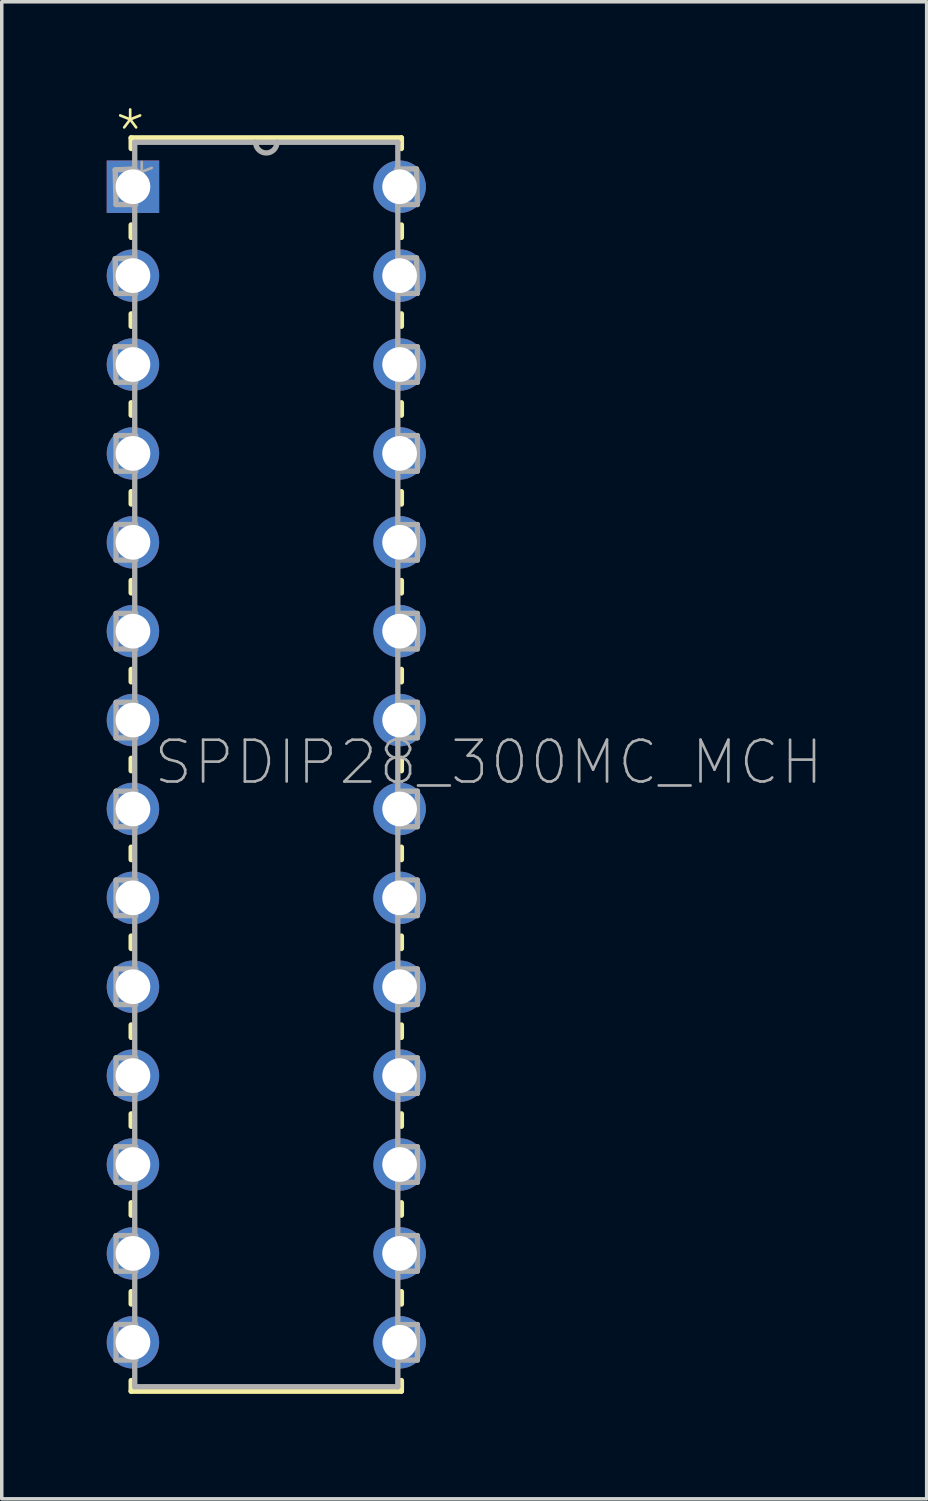
<source format=kicad_pcb>
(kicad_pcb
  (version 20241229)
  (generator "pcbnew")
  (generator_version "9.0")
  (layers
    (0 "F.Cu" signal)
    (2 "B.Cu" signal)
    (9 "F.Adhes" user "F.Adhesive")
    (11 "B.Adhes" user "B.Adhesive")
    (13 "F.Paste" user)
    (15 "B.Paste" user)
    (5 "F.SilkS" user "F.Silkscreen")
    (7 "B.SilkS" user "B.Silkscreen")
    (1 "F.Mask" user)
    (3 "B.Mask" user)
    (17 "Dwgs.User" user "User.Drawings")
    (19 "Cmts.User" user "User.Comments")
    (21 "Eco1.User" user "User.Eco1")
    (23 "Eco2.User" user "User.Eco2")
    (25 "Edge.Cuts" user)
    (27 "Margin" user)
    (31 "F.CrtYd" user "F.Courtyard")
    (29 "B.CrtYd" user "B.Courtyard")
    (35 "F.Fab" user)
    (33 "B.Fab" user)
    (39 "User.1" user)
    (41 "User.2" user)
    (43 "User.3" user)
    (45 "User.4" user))
  (footprint "SPDIP28_300MC_MCH"
    (layer "F.Cu")
    (at 0.749 2.286)
    (property "Reference" "SPDIP28_300MC_MCH" (at 0.533 17.145 0) (layer "F.Fab") (effects (font (size 1.194 1.194) (thickness 0.076)) (justify left bottom)))
    (fp_line (start -0.051 -1.397) (end -0.051 -1.092) (stroke (width 0.152) (type solid)) (layer "F.SilkS"))
    (fp_line (start -0.051 1.092) (end -0.051 1.448) (stroke (width 0.152) (type solid)) (layer "F.SilkS"))
    (fp_line (start -0.051 3.632) (end -0.051 3.988) (stroke (width 0.152) (type solid)) (layer "F.SilkS"))
    (fp_line (start -0.051 6.172) (end -0.051 6.528) (stroke (width 0.152) (type solid)) (layer "F.SilkS"))
    (fp_line (start -0.051 8.712) (end -0.051 9.068) (stroke (width 0.152) (type solid)) (layer "F.SilkS"))
    (fp_line (start -0.051 11.252) (end -0.051 11.608) (stroke (width 0.152) (type solid)) (layer "F.SilkS"))
    (fp_line (start -0.051 13.792) (end -0.051 14.148) (stroke (width 0.152) (type solid)) (layer "F.SilkS"))
    (fp_line (start -0.051 16.332) (end -0.051 16.688) (stroke (width 0.152) (type solid)) (layer "F.SilkS"))
    (fp_line (start -0.051 18.872) (end -0.051 19.228) (stroke (width 0.152) (type solid)) (layer "F.SilkS"))
    (fp_line (start -0.051 21.412) (end -0.051 21.768) (stroke (width 0.152) (type solid)) (layer "F.SilkS"))
    (fp_line (start -0.051 23.952) (end -0.051 24.308) (stroke (width 0.152) (type solid)) (layer "F.SilkS"))
    (fp_line (start -0.051 26.492) (end -0.051 26.848) (stroke (width 0.152) (type solid)) (layer "F.SilkS"))
    (fp_line (start -0.051 29.032) (end -0.051 29.388) (stroke (width 0.152) (type solid)) (layer "F.SilkS"))
    (fp_line (start -0.051 31.572) (end -0.051 31.928) (stroke (width 0.152) (type solid)) (layer "F.SilkS"))
    (fp_line (start -0.051 34.112) (end -0.051 34.417) (stroke (width 0.152) (type solid)) (layer "F.SilkS"))
    (fp_line (start -0.051 34.417) (end 7.671 34.417) (stroke (width 0.152) (type solid)) (layer "F.SilkS"))
    (fp_line (start 7.671 -1.397) (end -0.051 -1.397) (stroke (width 0.152) (type solid)) (layer "F.SilkS"))
    (fp_line (start 7.671 -1.092) (end 7.671 -1.397) (stroke (width 0.152) (type solid)) (layer "F.SilkS"))
    (fp_line (start 7.671 1.448) (end 7.671 1.092) (stroke (width 0.152) (type solid)) (layer "F.SilkS"))
    (fp_line (start 7.671 3.988) (end 7.671 3.632) (stroke (width 0.152) (type solid)) (layer "F.SilkS"))
    (fp_line (start 7.671 6.528) (end 7.671 6.172) (stroke (width 0.152) (type solid)) (layer "F.SilkS"))
    (fp_line (start 7.671 9.068) (end 7.671 8.712) (stroke (width 0.152) (type solid)) (layer "F.SilkS"))
    (fp_line (start 7.671 11.608) (end 7.671 11.252) (stroke (width 0.152) (type solid)) (layer "F.SilkS"))
    (fp_line (start 7.671 14.148) (end 7.671 13.792) (stroke (width 0.152) (type solid)) (layer "F.SilkS"))
    (fp_line (start 7.671 16.688) (end 7.671 16.332) (stroke (width 0.152) (type solid)) (layer "F.SilkS"))
    (fp_line (start 7.671 19.228) (end 7.671 18.872) (stroke (width 0.152) (type solid)) (layer "F.SilkS"))
    (fp_line (start 7.671 21.768) (end 7.671 21.412) (stroke (width 0.152) (type solid)) (layer "F.SilkS"))
    (fp_line (start 7.671 24.308) (end 7.671 23.952) (stroke (width 0.152) (type solid)) (layer "F.SilkS"))
    (fp_line (start 7.671 26.848) (end 7.671 26.492) (stroke (width 0.152) (type solid)) (layer "F.SilkS"))
    (fp_line (start 7.671 29.388) (end 7.671 29.032) (stroke (width 0.152) (type solid)) (layer "F.SilkS"))
    (fp_line (start 7.671 31.928) (end 7.671 31.572) (stroke (width 0.152) (type solid)) (layer "F.SilkS"))
    (fp_line (start 7.671 34.417) (end 7.671 34.112) (stroke (width 0.152) (type solid)) (layer "F.SilkS"))
    (fp_line (start -0.508 -0.483) (end -0.483 0.508) (stroke (width 0.152) (type solid)) (layer "F.Fab"))
    (fp_line (start -0.508 2.057) (end -0.483 3.048) (stroke (width 0.152) (type solid)) (layer "F.Fab"))
    (fp_line (start -0.508 4.572) (end -0.483 5.588) (stroke (width 0.152) (type solid)) (layer "F.Fab"))
    (fp_line (start -0.483 0.508) (end 0.076 0.508) (stroke (width 0.152) (type solid)) (layer "F.Fab"))
    (fp_line (start -0.483 3.048) (end 0.076 3.048) (stroke (width 0.152) (type solid)) (layer "F.Fab"))
    (fp_line (start -0.483 5.588) (end 0.076 5.588) (stroke (width 0.152) (type solid)) (layer "F.Fab"))
    (fp_line (start -0.483 7.112) (end -0.483 8.128) (stroke (width 0.152) (type solid)) (layer "F.Fab"))
    (fp_line (start -0.483 8.128) (end 0.076 8.128) (stroke (width 0.152) (type solid)) (layer "F.Fab"))
    (fp_line (start -0.483 9.652) (end -0.483 10.668) (stroke (width 0.152) (type solid)) (layer "F.Fab"))
    (fp_line (start -0.483 10.668) (end 0.076 10.668) (stroke (width 0.152) (type solid)) (layer "F.Fab"))
    (fp_line (start -0.483 12.192) (end -0.483 13.208) (stroke (width 0.152) (type solid)) (layer "F.Fab"))
    (fp_line (start -0.483 13.208) (end 0.076 13.208) (stroke (width 0.152) (type solid)) (layer "F.Fab"))
    (fp_line (start -0.483 14.732) (end -0.483 15.748) (stroke (width 0.152) (type solid)) (layer "F.Fab"))
    (fp_line (start -0.483 15.748) (end 0.076 15.748) (stroke (width 0.152) (type solid)) (layer "F.Fab"))
    (fp_line (start -0.483 17.272) (end -0.483 18.288) (stroke (width 0.152) (type solid)) (layer "F.Fab"))
    (fp_line (start -0.483 18.288) (end 0.076 18.288) (stroke (width 0.152) (type solid)) (layer "F.Fab"))
    (fp_line (start -0.483 19.812) (end -0.483 20.828) (stroke (width 0.152) (type solid)) (layer "F.Fab"))
    (fp_line (start -0.483 20.828) (end 0.076 20.828) (stroke (width 0.152) (type solid)) (layer "F.Fab"))
    (fp_line (start -0.483 22.352) (end -0.483 23.368) (stroke (width 0.152) (type solid)) (layer "F.Fab"))
    (fp_line (start -0.483 23.368) (end 0.076 23.368) (stroke (width 0.152) (type solid)) (layer "F.Fab"))
    (fp_line (start -0.483 24.892) (end -0.483 25.908) (stroke (width 0.152) (type solid)) (layer "F.Fab"))
    (fp_line (start -0.483 25.908) (end 0.076 25.908) (stroke (width 0.152) (type solid)) (layer "F.Fab"))
    (fp_line (start -0.483 27.432) (end -0.483 28.448) (stroke (width 0.152) (type solid)) (layer "F.Fab"))
    (fp_line (start -0.483 28.448) (end 0.076 28.448) (stroke (width 0.152) (type solid)) (layer "F.Fab"))
    (fp_line (start -0.483 29.972) (end -0.483 30.988) (stroke (width 0.152) (type solid)) (layer "F.Fab"))
    (fp_line (start -0.483 30.988) (end 0.076 30.988) (stroke (width 0.152) (type solid)) (layer "F.Fab"))
    (fp_line (start -0.483 32.512) (end -0.483 33.528) (stroke (width 0.152) (type solid)) (layer "F.Fab"))
    (fp_line (start -0.483 33.528) (end 0.076 33.528) (stroke (width 0.152) (type solid)) (layer "F.Fab"))
    (fp_line (start 0.051 -1.27) (end 0.051 34.29) (stroke (width 0.152) (type solid)) (layer "F.Fab"))
    (fp_line (start 0.051 -0.508) (end -0.508 -0.483) (stroke (width 0.152) (type solid)) (layer "F.Fab"))
    (fp_line (start 0.051 2.032) (end -0.508 2.057) (stroke (width 0.152) (type solid)) (layer "F.Fab"))
    (fp_line (start 0.051 4.572) (end -0.508 4.572) (stroke (width 0.152) (type solid)) (layer "F.Fab"))
    (fp_line (start 0.051 34.29) (end 7.569 34.29) (stroke (width 0.152) (type solid)) (layer "F.Fab"))
    (fp_line (start 0.076 0.508) (end 0.051 -0.508) (stroke (width 0.152) (type solid)) (layer "F.Fab"))
    (fp_line (start 0.076 3.048) (end 0.051 2.032) (stroke (width 0.152) (type solid)) (layer "F.Fab"))
    (fp_line (start 0.076 5.588) (end 0.051 4.572) (stroke (width 0.152) (type solid)) (layer "F.Fab"))
    (fp_line (start 0.076 7.112) (end -0.483 7.112) (stroke (width 0.152) (type solid)) (layer "F.Fab"))
    (fp_line (start 0.076 8.128) (end 0.076 7.112) (stroke (width 0.152) (type solid)) (layer "F.Fab"))
    (fp_line (start 0.076 9.652) (end -0.483 9.652) (stroke (width 0.152) (type solid)) (layer "F.Fab"))
    (fp_line (start 0.076 10.668) (end 0.076 9.652) (stroke (width 0.152) (type solid)) (layer "F.Fab"))
    (fp_line (start 0.076 12.192) (end -0.483 12.192) (stroke (width 0.152) (type solid)) (layer "F.Fab"))
    (fp_line (start 0.076 13.208) (end 0.076 12.192) (stroke (width 0.152) (type solid)) (layer "F.Fab"))
    (fp_line (start 0.076 14.732) (end -0.483 14.732) (stroke (width 0.152) (type solid)) (layer "F.Fab"))
    (fp_line (start 0.076 15.748) (end 0.076 14.732) (stroke (width 0.152) (type solid)) (layer "F.Fab"))
    (fp_line (start 0.076 17.272) (end -0.483 17.272) (stroke (width 0.152) (type solid)) (layer "F.Fab"))
    (fp_line (start 0.076 18.288) (end 0.076 17.272) (stroke (width 0.152) (type solid)) (layer "F.Fab"))
    (fp_line (start 0.076 19.812) (end -0.483 19.812) (stroke (width 0.152) (type solid)) (layer "F.Fab"))
    (fp_line (start 0.076 20.828) (end 0.076 19.812) (stroke (width 0.152) (type solid)) (layer "F.Fab"))
    (fp_line (start 0.076 22.352) (end -0.483 22.352) (stroke (width 0.152) (type solid)) (layer "F.Fab"))
    (fp_line (start 0.076 23.368) (end 0.076 22.352) (stroke (width 0.152) (type solid)) (layer "F.Fab"))
    (fp_line (start 0.076 24.892) (end -0.483 24.892) (stroke (width 0.152) (type solid)) (layer "F.Fab"))
    (fp_line (start 0.076 25.908) (end 0.076 24.892) (stroke (width 0.152) (type solid)) (layer "F.Fab"))
    (fp_line (start 0.076 27.432) (end -0.483 27.432) (stroke (width 0.152) (type solid)) (layer "F.Fab"))
    (fp_line (start 0.076 28.448) (end 0.076 27.432) (stroke (width 0.152) (type solid)) (layer "F.Fab"))
    (fp_line (start 0.076 29.972) (end -0.483 29.972) (stroke (width 0.152) (type solid)) (layer "F.Fab"))
    (fp_line (start 0.076 30.988) (end 0.076 29.972) (stroke (width 0.152) (type solid)) (layer "F.Fab"))
    (fp_line (start 0.076 32.512) (end -0.483 32.512) (stroke (width 0.152) (type solid)) (layer "F.Fab"))
    (fp_line (start 0.076 33.528) (end 0.076 32.512) (stroke (width 0.152) (type solid)) (layer "F.Fab"))
    (fp_line (start 3.505 -1.27) (end 0.051 -1.27) (stroke (width 0.152) (type solid)) (layer "F.Fab"))
    (fp_line (start 4.115 -1.27) (end 3.505 -1.27) (stroke (width 0.152) (type solid)) (layer "F.Fab"))
    (fp_line (start 7.544 -0.508) (end 7.569 0.508) (stroke (width 0.152) (type solid)) (layer "F.Fab"))
    (fp_line (start 7.569 -1.27) (end 4.115 -1.27) (stroke (width 0.152) (type solid)) (layer "F.Fab"))
    (fp_line (start 7.569 0.508) (end 8.128 0.508) (stroke (width 0.152) (type solid)) (layer "F.Fab"))
    (fp_line (start 7.569 2.032) (end 7.569 3.048) (stroke (width 0.152) (type solid)) (layer "F.Fab"))
    (fp_line (start 7.569 3.048) (end 8.128 3.048) (stroke (width 0.152) (type solid)) (layer "F.Fab"))
    (fp_line (start 7.569 4.572) (end 7.569 5.588) (stroke (width 0.152) (type solid)) (layer "F.Fab"))
    (fp_line (start 7.569 5.588) (end 8.128 5.588) (stroke (width 0.152) (type solid)) (layer "F.Fab"))
    (fp_line (start 7.569 7.112) (end 7.569 8.128) (stroke (width 0.152) (type solid)) (layer "F.Fab"))
    (fp_line (start 7.569 8.128) (end 8.128 8.128) (stroke (width 0.152) (type solid)) (layer "F.Fab"))
    (fp_line (start 7.569 9.652) (end 7.569 10.668) (stroke (width 0.152) (type solid)) (layer "F.Fab"))
    (fp_line (start 7.569 10.668) (end 8.128 10.668) (stroke (width 0.152) (type solid)) (layer "F.Fab"))
    (fp_line (start 7.569 12.192) (end 7.569 13.208) (stroke (width 0.152) (type solid)) (layer "F.Fab"))
    (fp_line (start 7.569 13.208) (end 8.128 13.208) (stroke (width 0.152) (type solid)) (layer "F.Fab"))
    (fp_line (start 7.569 14.732) (end 7.569 15.748) (stroke (width 0.152) (type solid)) (layer "F.Fab"))
    (fp_line (start 7.569 15.748) (end 8.128 15.748) (stroke (width 0.152) (type solid)) (layer "F.Fab"))
    (fp_line (start 7.569 17.272) (end 7.569 18.288) (stroke (width 0.152) (type solid)) (layer "F.Fab"))
    (fp_line (start 7.569 18.288) (end 8.128 18.288) (stroke (width 0.152) (type solid)) (layer "F.Fab"))
    (fp_line (start 7.569 19.812) (end 7.569 20.828) (stroke (width 0.152) (type solid)) (layer "F.Fab"))
    (fp_line (start 7.569 20.828) (end 8.128 20.828) (stroke (width 0.152) (type solid)) (layer "F.Fab"))
    (fp_line (start 7.569 22.352) (end 7.569 23.368) (stroke (width 0.152) (type solid)) (layer "F.Fab"))
    (fp_line (start 7.569 23.368) (end 8.128 23.368) (stroke (width 0.152) (type solid)) (layer "F.Fab"))
    (fp_line (start 7.569 24.892) (end 7.569 25.908) (stroke (width 0.152) (type solid)) (layer "F.Fab"))
    (fp_line (start 7.569 25.908) (end 8.128 25.908) (stroke (width 0.152) (type solid)) (layer "F.Fab"))
    (fp_line (start 7.569 27.432) (end 7.569 28.448) (stroke (width 0.152) (type solid)) (layer "F.Fab"))
    (fp_line (start 7.569 28.448) (end 8.128 28.448) (stroke (width 0.152) (type solid)) (layer "F.Fab"))
    (fp_line (start 7.569 29.972) (end 7.569 30.988) (stroke (width 0.152) (type solid)) (layer "F.Fab"))
    (fp_line (start 7.569 30.988) (end 8.128 30.988) (stroke (width 0.152) (type solid)) (layer "F.Fab"))
    (fp_line (start 7.569 32.512) (end 7.569 33.528) (stroke (width 0.152) (type solid)) (layer "F.Fab"))
    (fp_line (start 7.569 33.528) (end 8.128 33.528) (stroke (width 0.152) (type solid)) (layer "F.Fab"))
    (fp_line (start 7.569 34.29) (end 7.569 -1.27) (stroke (width 0.152) (type solid)) (layer "F.Fab"))
    (fp_line (start 8.103 -0.508) (end 7.544 -0.508) (stroke (width 0.152) (type solid)) (layer "F.Fab"))
    (fp_line (start 8.103 2.032) (end 7.569 2.032) (stroke (width 0.152) (type solid)) (layer "F.Fab"))
    (fp_line (start 8.128 0.508) (end 8.103 -0.508) (stroke (width 0.152) (type solid)) (layer "F.Fab"))
    (fp_line (start 8.128 3.048) (end 8.103 2.032) (stroke (width 0.152) (type solid)) (layer "F.Fab"))
    (fp_line (start 8.128 4.572) (end 7.569 4.572) (stroke (width 0.152) (type solid)) (layer "F.Fab"))
    (fp_line (start 8.128 5.588) (end 8.128 4.572) (stroke (width 0.152) (type solid)) (layer "F.Fab"))
    (fp_line (start 8.128 7.112) (end 7.569 7.112) (stroke (width 0.152) (type solid)) (layer "F.Fab"))
    (fp_line (start 8.128 8.128) (end 8.128 7.112) (stroke (width 0.152) (type solid)) (layer "F.Fab"))
    (fp_line (start 8.128 9.652) (end 7.569 9.652) (stroke (width 0.152) (type solid)) (layer "F.Fab"))
    (fp_line (start 8.128 10.668) (end 8.128 9.652) (stroke (width 0.152) (type solid)) (layer "F.Fab"))
    (fp_line (start 8.128 12.192) (end 7.569 12.192) (stroke (width 0.152) (type solid)) (layer "F.Fab"))
    (fp_line (start 8.128 13.208) (end 8.128 12.192) (stroke (width 0.152) (type solid)) (layer "F.Fab"))
    (fp_line (start 8.128 14.732) (end 7.569 14.732) (stroke (width 0.152) (type solid)) (layer "F.Fab"))
    (fp_line (start 8.128 15.748) (end 8.128 14.732) (stroke (width 0.152) (type solid)) (layer "F.Fab"))
    (fp_line (start 8.128 17.272) (end 7.569 17.272) (stroke (width 0.152) (type solid)) (layer "F.Fab"))
    (fp_line (start 8.128 18.288) (end 8.128 17.272) (stroke (width 0.152) (type solid)) (layer "F.Fab"))
    (fp_line (start 8.128 19.812) (end 7.569 19.812) (stroke (width 0.152) (type solid)) (layer "F.Fab"))
    (fp_line (start 8.128 20.828) (end 8.128 19.812) (stroke (width 0.152) (type solid)) (layer "F.Fab"))
    (fp_line (start 8.128 22.352) (end 7.569 22.352) (stroke (width 0.152) (type solid)) (layer "F.Fab"))
    (fp_line (start 8.128 23.368) (end 8.128 22.352) (stroke (width 0.152) (type solid)) (layer "F.Fab"))
    (fp_line (start 8.128 24.892) (end 7.569 24.892) (stroke (width 0.152) (type solid)) (layer "F.Fab"))
    (fp_line (start 8.128 25.908) (end 8.128 24.892) (stroke (width 0.152) (type solid)) (layer "F.Fab"))
    (fp_line (start 8.128 27.432) (end 7.569 27.432) (stroke (width 0.152) (type solid)) (layer "F.Fab"))
    (fp_line (start 8.128 28.448) (end 8.128 27.432) (stroke (width 0.152) (type solid)) (layer "F.Fab"))
    (fp_line (start 8.128 29.972) (end 7.569 29.972) (stroke (width 0.152) (type solid)) (layer "F.Fab"))
    (fp_line (start 8.128 30.988) (end 8.128 29.972) (stroke (width 0.152) (type solid)) (layer "F.Fab"))
    (fp_line (start 8.128 32.512) (end 7.569 32.512) (stroke (width 0.152) (type solid)) (layer "F.Fab"))
    (fp_line (start 8.128 33.528) (end 8.128 32.512) (stroke (width 0.152) (type solid)) (layer "F.Fab"))
    (fp_arc (start 4.1148 -1.27) (mid 3.81 -0.9652) (end 3.5052 -1.27) (stroke (width 0.1524) (type solid)) (layer "F.Fab"))
    (fp_text user "*" (at -0.584 -0.864 0) (layer "F.SilkS") (effects (font (size 1.194 1.194) (thickness 0.076)) (justify left bottom)))
    (fp_text user "*" (at -0.254 0.635 0) (layer "F.Fab") (effects (font (size 1.194 1.194) (thickness 0.076)) (justify left bottom)))
    (pad "1" thru_hole rect (at 0 0) (size 1.499 1.499) (drill 0.991) (layers "*.Cu" "*.Mask"))
    (pad "2" thru_hole circle (at 0 2.54) (size 1.499 1.499) (drill 0.991) (layers "*.Cu" "*.Mask"))
    (pad "3" thru_hole circle (at 0 5.08) (size 1.499 1.499) (drill 0.991) (layers "*.Cu" "*.Mask"))
    (pad "4" thru_hole circle (at 0 7.62) (size 1.499 1.499) (drill 0.991) (layers "*.Cu" "*.Mask"))
    (pad "5" thru_hole circle (at 0 10.16) (size 1.499 1.499) (drill 0.991) (layers "*.Cu" "*.Mask"))
    (pad "6" thru_hole circle (at 0 12.7) (size 1.499 1.499) (drill 0.991) (layers "*.Cu" "*.Mask"))
    (pad "7" thru_hole circle (at 0 15.24) (size 1.499 1.499) (drill 0.991) (layers "*.Cu" "*.Mask"))
    (pad "8" thru_hole circle (at 0 17.78) (size 1.499 1.499) (drill 0.991) (layers "*.Cu" "*.Mask"))
    (pad "9" thru_hole circle (at 0 20.32) (size 1.499 1.499) (drill 0.991) (layers "*.Cu" "*.Mask"))
    (pad "10" thru_hole circle (at 0 22.86) (size 1.499 1.499) (drill 0.991) (layers "*.Cu" "*.Mask"))
    (pad "11" thru_hole circle (at 0 25.4) (size 1.499 1.499) (drill 0.991) (layers "*.Cu" "*.Mask"))
    (pad "12" thru_hole circle (at 0 27.94) (size 1.499 1.499) (drill 0.991) (layers "*.Cu" "*.Mask"))
    (pad "13" thru_hole circle (at 0 30.48) (size 1.499 1.499) (drill 0.991) (layers "*.Cu" "*.Mask"))
    (pad "14" thru_hole circle (at 0 33.02) (size 1.499 1.499) (drill 0.991) (layers "*.Cu" "*.Mask"))
    (pad "15" thru_hole circle (at 7.62 33.02) (size 1.499 1.499) (drill 0.991) (layers "*.Cu" "*.Mask"))
    (pad "16" thru_hole circle (at 7.62 30.48) (size 1.499 1.499) (drill 0.991) (layers "*.Cu" "*.Mask"))
    (pad "17" thru_hole circle (at 7.62 27.94) (size 1.499 1.499) (drill 0.991) (layers "*.Cu" "*.Mask"))
    (pad "18" thru_hole circle (at 7.62 25.4) (size 1.499 1.499) (drill 0.991) (layers "*.Cu" "*.Mask"))
    (pad "19" thru_hole circle (at 7.62 22.86) (size 1.499 1.499) (drill 0.991) (layers "*.Cu" "*.Mask"))
    (pad "20" thru_hole circle (at 7.62 20.32) (size 1.499 1.499) (drill 0.991) (layers "*.Cu" "*.Mask"))
    (pad "21" thru_hole circle (at 7.62 17.78) (size 1.499 1.499) (drill 0.991) (layers "*.Cu" "*.Mask"))
    (pad "22" thru_hole circle (at 7.62 15.24) (size 1.499 1.499) (drill 0.991) (layers "*.Cu" "*.Mask"))
    (pad "23" thru_hole circle (at 7.62 12.7) (size 1.499 1.499) (drill 0.991) (layers "*.Cu" "*.Mask"))
    (pad "24" thru_hole circle (at 7.62 10.16) (size 1.499 1.499) (drill 0.991) (layers "*.Cu" "*.Mask"))
    (pad "25" thru_hole circle (at 7.62 7.62) (size 1.499 1.499) (drill 0.991) (layers "*.Cu" "*.Mask"))
    (pad "26" thru_hole circle (at 7.62 5.08) (size 1.499 1.499) (drill 0.991) (layers "*.Cu" "*.Mask"))
    (pad "27" thru_hole circle (at 7.62 2.54) (size 1.499 1.499) (drill 0.991) (layers "*.Cu" "*.Mask"))
    (pad "28" thru_hole circle (at 7.62 0) (size 1.499 1.499) (drill 0.991) (layers "*.Cu" "*.Mask")))
  (gr_rect
    (start -3 -3)
    (end 23.43 39.779)
    (stroke (width 0.1) (type default))
    (fill no)
    (layer "Edge.Cuts")))
</source>
